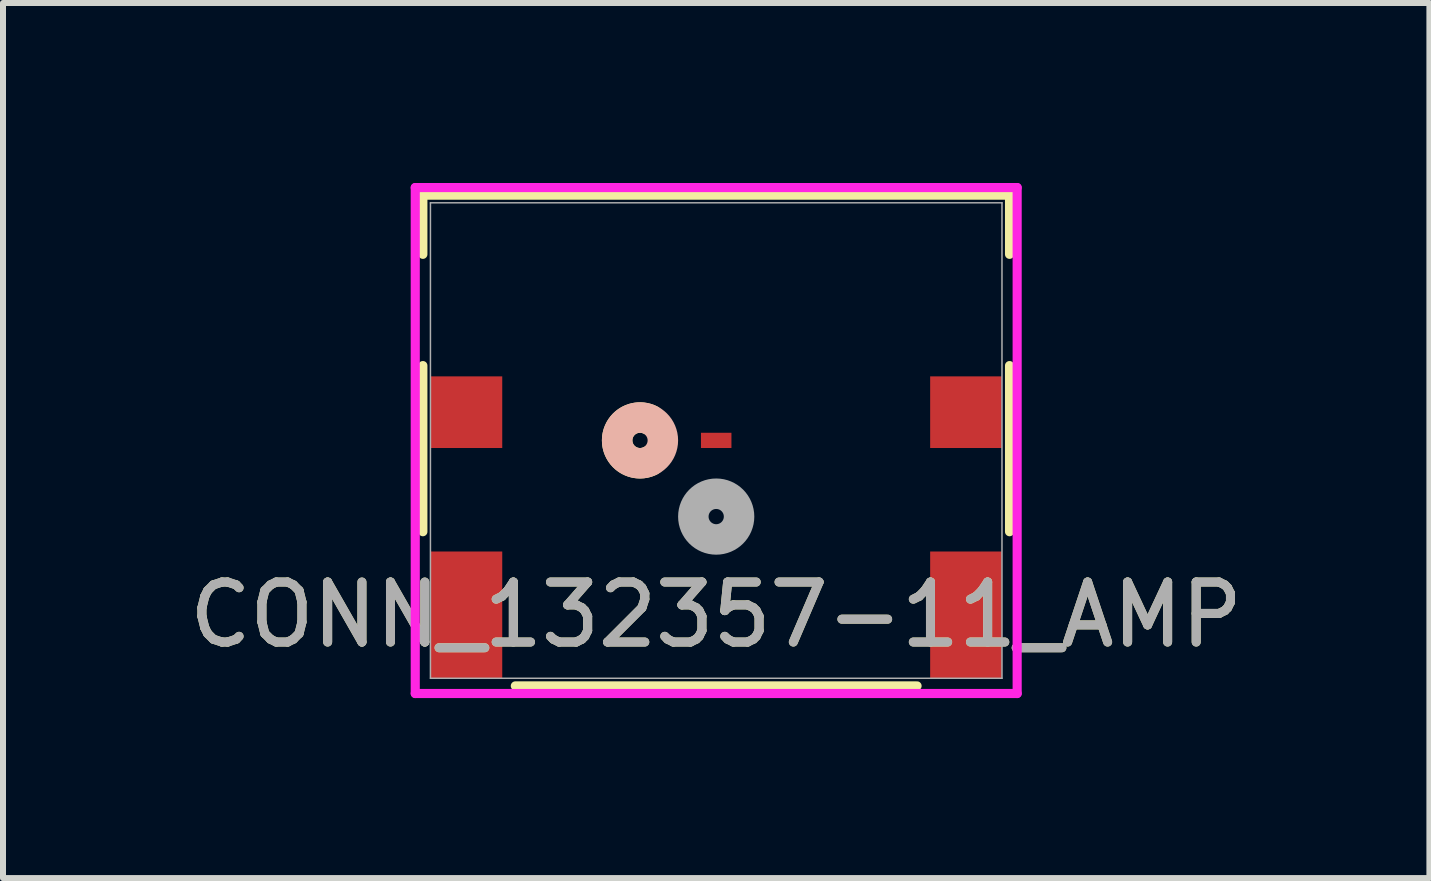
<source format=kicad_pcb>
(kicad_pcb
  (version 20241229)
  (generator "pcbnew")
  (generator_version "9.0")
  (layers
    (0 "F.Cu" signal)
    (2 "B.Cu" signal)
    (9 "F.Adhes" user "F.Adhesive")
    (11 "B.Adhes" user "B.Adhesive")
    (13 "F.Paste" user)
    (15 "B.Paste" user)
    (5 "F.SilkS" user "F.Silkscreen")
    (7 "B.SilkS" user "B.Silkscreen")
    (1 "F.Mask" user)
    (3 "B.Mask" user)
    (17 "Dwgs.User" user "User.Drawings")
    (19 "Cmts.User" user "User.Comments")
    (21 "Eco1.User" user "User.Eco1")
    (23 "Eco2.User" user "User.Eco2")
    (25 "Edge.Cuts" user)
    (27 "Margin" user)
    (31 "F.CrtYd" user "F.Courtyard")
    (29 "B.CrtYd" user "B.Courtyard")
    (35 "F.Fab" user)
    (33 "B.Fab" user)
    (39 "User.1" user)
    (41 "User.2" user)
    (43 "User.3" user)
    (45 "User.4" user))
  (footprint "CONN_132357-11_AMP"
    (layer "F.Cu")
    (at 8.887 4.29)
    (property "Reference" "CONN_132357-11_AMP" (at 0 2.906 0) (unlocked yes) (layer "F.SilkS") (effects (font (size 1 1) (thickness 0.15))))
    (attr smd)
    (fp_line (start -4.889 -4.087) (end -4.889 -3.101) (stroke (width 0.152) (type solid)) (layer "F.SilkS"))
    (fp_line (start -4.889 -1.247) (end -4.889 1.522) (stroke (width 0.152) (type solid)) (layer "F.SilkS"))
    (fp_line (start -3.348 4.092) (end 3.348 4.092) (stroke (width 0.152) (type solid)) (layer "F.SilkS"))
    (fp_line (start 4.889 -4.087) (end -4.889 -4.087) (stroke (width 0.152) (type solid)) (layer "F.SilkS"))
    (fp_line (start 4.889 -3.101) (end 4.889 -4.087) (stroke (width 0.152) (type solid)) (layer "F.SilkS"))
    (fp_line (start 4.889 1.522) (end 4.889 -1.247) (stroke (width 0.152) (type solid)) (layer "F.SilkS"))
    (fp_arc (start -1.10294 0.342421) (mid -1.651 0) (end -1.10294 -0.342421) (stroke (width 0.508) (type solid)) (layer "F.SilkS"))
    (fp_circle (center -1.27 0) (end -0.889 0) (stroke (width 0.508) (type solid)) (fill no) (layer "B.SilkS"))
    (fp_line (start -5.016 -4.214) (end -5.016 4.219) (stroke (width 0.152) (type solid)) (layer "F.CrtYd"))
    (fp_line (start -5.016 4.219) (end 5.016 4.219) (stroke (width 0.152) (type solid)) (layer "F.CrtYd"))
    (fp_line (start 5.016 -4.214) (end -5.016 -4.214) (stroke (width 0.152) (type solid)) (layer "F.CrtYd"))
    (fp_line (start 5.016 4.219) (end 5.016 -4.214) (stroke (width 0.152) (type solid)) (layer "F.CrtYd"))
    (fp_line (start -4.763 -3.96) (end -4.763 3.965) (stroke (width 0.025) (type solid)) (layer "F.Fab"))
    (fp_line (start -4.763 3.965) (end 4.763 3.965) (stroke (width 0.025) (type solid)) (layer "F.Fab"))
    (fp_line (start 4.763 -3.96) (end -4.763 -3.96) (stroke (width 0.025) (type solid)) (layer "F.Fab"))
    (fp_line (start 4.763 3.965) (end 4.763 -3.96) (stroke (width 0.025) (type solid)) (layer "F.Fab"))
    (fp_circle (center 0 1.27) (end 0.381 1.27) (stroke (width 0.508) (type solid)) (fill no) (layer "F.Fab"))
    (fp_text user "${REFERENCE}" (at 0 2.906 0) (unlocked yes) (layer "F.Fab") (effects (font (size 1 1) (thickness 0.15))))
    (pad "1" smd rect (at 0 0) (size 0.508 0.254) (layers "F.Cu" "F.Mask" "F.Paste"))
    (pad "2" smd rect (at -4.163 2.906) (size 1.194 2.108) (layers "F.Cu" "F.Mask" "F.Paste"))
    (pad "3" smd rect (at 4.163 2.906) (size 1.194 2.108) (layers "F.Cu" "F.Mask" "F.Paste"))
    (pad "4" smd rect (at -4.163 -0.47) (size 1.194 1.194) (layers "F.Cu" "F.Mask" "F.Paste"))
    (pad "5" smd rect (at 4.163 -0.47) (size 1.194 1.194) (layers "F.Cu" "F.Mask" "F.Paste")))
  (gr_rect
    (start -3 -3)
    (end 20.774 11.585)
    (stroke (width 0.1) (type default))
    (fill no)
    (layer "Edge.Cuts")))
</source>
